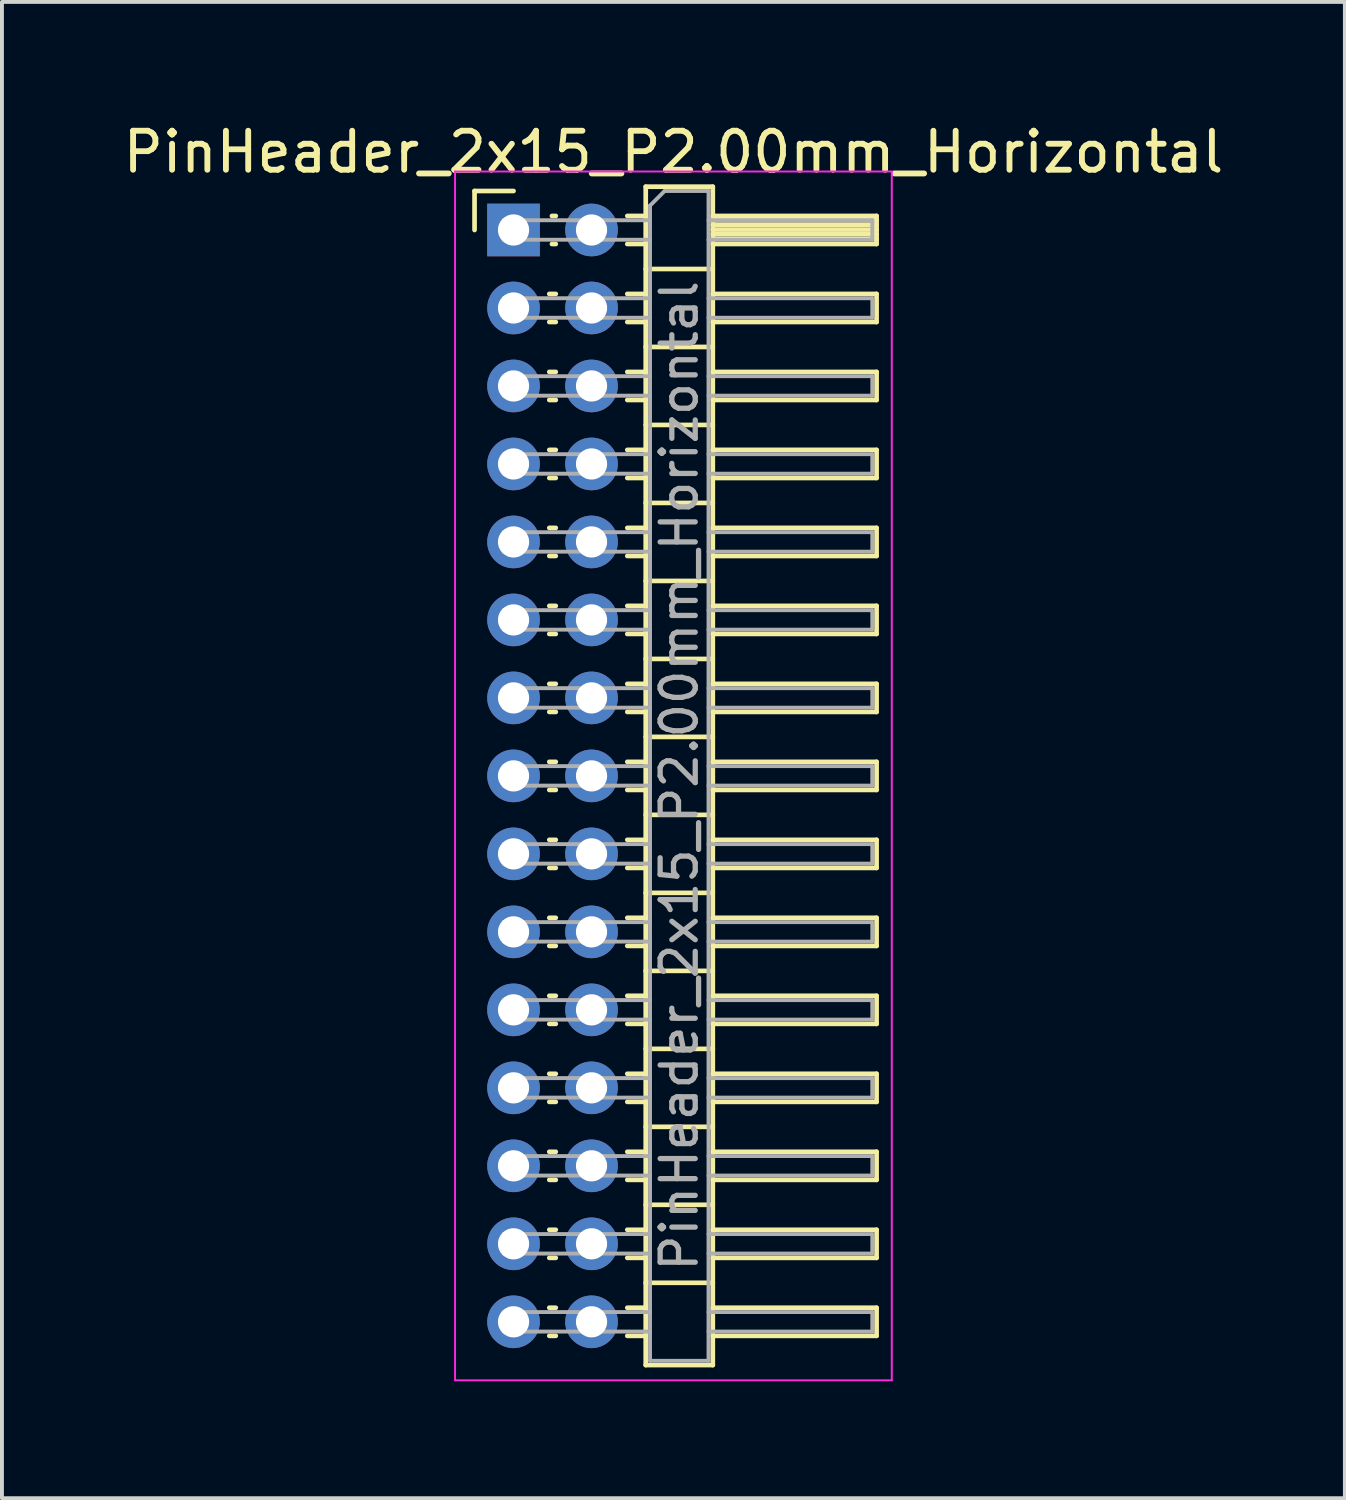
<source format=kicad_pcb>
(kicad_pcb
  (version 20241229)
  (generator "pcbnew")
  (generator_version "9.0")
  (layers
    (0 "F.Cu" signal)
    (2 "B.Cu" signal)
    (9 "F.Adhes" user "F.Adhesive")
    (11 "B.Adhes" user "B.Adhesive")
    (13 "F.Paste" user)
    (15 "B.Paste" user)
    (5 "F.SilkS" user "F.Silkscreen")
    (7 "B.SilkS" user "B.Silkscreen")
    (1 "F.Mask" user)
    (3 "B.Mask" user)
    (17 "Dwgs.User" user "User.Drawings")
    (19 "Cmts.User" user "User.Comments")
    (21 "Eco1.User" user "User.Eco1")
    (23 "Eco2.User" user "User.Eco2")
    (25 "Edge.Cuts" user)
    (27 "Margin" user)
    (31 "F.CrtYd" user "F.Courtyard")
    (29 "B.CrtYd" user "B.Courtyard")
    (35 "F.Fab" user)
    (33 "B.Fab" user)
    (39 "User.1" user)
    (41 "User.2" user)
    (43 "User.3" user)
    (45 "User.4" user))
  (footprint "PinHeader_2x15_P2.00mm_Horizontal"
    (layer "F.Cu")
    (at 10.12 2.848)
    (property "Reference" "PinHeader_2x15_P2.00mm_Horizontal" (at 4.1 -2 0) (layer "F.SilkS") (effects (font (size 1 1) (thickness 0.15))))
    (attr through_hole)
    (fp_line (start -1 -1) (end 0 -1) (stroke (width 0.12) (type solid)) (layer "F.SilkS"))
    (fp_line (start -1 0) (end -1 -1) (stroke (width 0.12) (type solid)) (layer "F.SilkS"))
    (fp_line (start 0.917 1.64) (end 1.083 1.64) (stroke (width 0.12) (type solid)) (layer "F.SilkS"))
    (fp_line (start 0.917 2.36) (end 1.083 2.36) (stroke (width 0.12) (type solid)) (layer "F.SilkS"))
    (fp_line (start 0.917 3.64) (end 1.083 3.64) (stroke (width 0.12) (type solid)) (layer "F.SilkS"))
    (fp_line (start 0.917 4.36) (end 1.083 4.36) (stroke (width 0.12) (type solid)) (layer "F.SilkS"))
    (fp_line (start 0.917 5.64) (end 1.083 5.64) (stroke (width 0.12) (type solid)) (layer "F.SilkS"))
    (fp_line (start 0.917 6.36) (end 1.083 6.36) (stroke (width 0.12) (type solid)) (layer "F.SilkS"))
    (fp_line (start 0.917 7.64) (end 1.083 7.64) (stroke (width 0.12) (type solid)) (layer "F.SilkS"))
    (fp_line (start 0.917 8.36) (end 1.083 8.36) (stroke (width 0.12) (type solid)) (layer "F.SilkS"))
    (fp_line (start 0.917 9.64) (end 1.083 9.64) (stroke (width 0.12) (type solid)) (layer "F.SilkS"))
    (fp_line (start 0.917 10.36) (end 1.083 10.36) (stroke (width 0.12) (type solid)) (layer "F.SilkS"))
    (fp_line (start 0.917 11.64) (end 1.083 11.64) (stroke (width 0.12) (type solid)) (layer "F.SilkS"))
    (fp_line (start 0.917 12.36) (end 1.083 12.36) (stroke (width 0.12) (type solid)) (layer "F.SilkS"))
    (fp_line (start 0.917 13.64) (end 1.083 13.64) (stroke (width 0.12) (type solid)) (layer "F.SilkS"))
    (fp_line (start 0.917 14.36) (end 1.083 14.36) (stroke (width 0.12) (type solid)) (layer "F.SilkS"))
    (fp_line (start 0.917 15.64) (end 1.083 15.64) (stroke (width 0.12) (type solid)) (layer "F.SilkS"))
    (fp_line (start 0.917 16.36) (end 1.083 16.36) (stroke (width 0.12) (type solid)) (layer "F.SilkS"))
    (fp_line (start 0.917 17.64) (end 1.083 17.64) (stroke (width 0.12) (type solid)) (layer "F.SilkS"))
    (fp_line (start 0.917 18.36) (end 1.083 18.36) (stroke (width 0.12) (type solid)) (layer "F.SilkS"))
    (fp_line (start 0.917 19.64) (end 1.083 19.64) (stroke (width 0.12) (type solid)) (layer "F.SilkS"))
    (fp_line (start 0.917 20.36) (end 1.083 20.36) (stroke (width 0.12) (type solid)) (layer "F.SilkS"))
    (fp_line (start 0.917 21.64) (end 1.083 21.64) (stroke (width 0.12) (type solid)) (layer "F.SilkS"))
    (fp_line (start 0.917 22.36) (end 1.083 22.36) (stroke (width 0.12) (type solid)) (layer "F.SilkS"))
    (fp_line (start 0.917 23.64) (end 1.083 23.64) (stroke (width 0.12) (type solid)) (layer "F.SilkS"))
    (fp_line (start 0.917 24.36) (end 1.083 24.36) (stroke (width 0.12) (type solid)) (layer "F.SilkS"))
    (fp_line (start 0.917 25.64) (end 1.083 25.64) (stroke (width 0.12) (type solid)) (layer "F.SilkS"))
    (fp_line (start 0.917 26.36) (end 1.083 26.36) (stroke (width 0.12) (type solid)) (layer "F.SilkS"))
    (fp_line (start 0.917 27.64) (end 1.083 27.64) (stroke (width 0.12) (type solid)) (layer "F.SilkS"))
    (fp_line (start 0.917 28.36) (end 1.083 28.36) (stroke (width 0.12) (type solid)) (layer "F.SilkS"))
    (fp_line (start 0.985 -0.36) (end 1.083 -0.36) (stroke (width 0.12) (type solid)) (layer "F.SilkS"))
    (fp_line (start 0.985 0.36) (end 1.083 0.36) (stroke (width 0.12) (type solid)) (layer "F.SilkS"))
    (fp_line (start 2.917 -0.36) (end 3.39 -0.36) (stroke (width 0.12) (type solid)) (layer "F.SilkS"))
    (fp_line (start 2.917 0.36) (end 3.39 0.36) (stroke (width 0.12) (type solid)) (layer "F.SilkS"))
    (fp_line (start 2.917 1.64) (end 3.39 1.64) (stroke (width 0.12) (type solid)) (layer "F.SilkS"))
    (fp_line (start 2.917 2.36) (end 3.39 2.36) (stroke (width 0.12) (type solid)) (layer "F.SilkS"))
    (fp_line (start 2.917 3.64) (end 3.39 3.64) (stroke (width 0.12) (type solid)) (layer "F.SilkS"))
    (fp_line (start 2.917 4.36) (end 3.39 4.36) (stroke (width 0.12) (type solid)) (layer "F.SilkS"))
    (fp_line (start 2.917 5.64) (end 3.39 5.64) (stroke (width 0.12) (type solid)) (layer "F.SilkS"))
    (fp_line (start 2.917 6.36) (end 3.39 6.36) (stroke (width 0.12) (type solid)) (layer "F.SilkS"))
    (fp_line (start 2.917 7.64) (end 3.39 7.64) (stroke (width 0.12) (type solid)) (layer "F.SilkS"))
    (fp_line (start 2.917 8.36) (end 3.39 8.36) (stroke (width 0.12) (type solid)) (layer "F.SilkS"))
    (fp_line (start 2.917 9.64) (end 3.39 9.64) (stroke (width 0.12) (type solid)) (layer "F.SilkS"))
    (fp_line (start 2.917 10.36) (end 3.39 10.36) (stroke (width 0.12) (type solid)) (layer "F.SilkS"))
    (fp_line (start 2.917 11.64) (end 3.39 11.64) (stroke (width 0.12) (type solid)) (layer "F.SilkS"))
    (fp_line (start 2.917 12.36) (end 3.39 12.36) (stroke (width 0.12) (type solid)) (layer "F.SilkS"))
    (fp_line (start 2.917 13.64) (end 3.39 13.64) (stroke (width 0.12) (type solid)) (layer "F.SilkS"))
    (fp_line (start 2.917 14.36) (end 3.39 14.36) (stroke (width 0.12) (type solid)) (layer "F.SilkS"))
    (fp_line (start 2.917 15.64) (end 3.39 15.64) (stroke (width 0.12) (type solid)) (layer "F.SilkS"))
    (fp_line (start 2.917 16.36) (end 3.39 16.36) (stroke (width 0.12) (type solid)) (layer "F.SilkS"))
    (fp_line (start 2.917 17.64) (end 3.39 17.64) (stroke (width 0.12) (type solid)) (layer "F.SilkS"))
    (fp_line (start 2.917 18.36) (end 3.39 18.36) (stroke (width 0.12) (type solid)) (layer "F.SilkS"))
    (fp_line (start 2.917 19.64) (end 3.39 19.64) (stroke (width 0.12) (type solid)) (layer "F.SilkS"))
    (fp_line (start 2.917 20.36) (end 3.39 20.36) (stroke (width 0.12) (type solid)) (layer "F.SilkS"))
    (fp_line (start 2.917 21.64) (end 3.39 21.64) (stroke (width 0.12) (type solid)) (layer "F.SilkS"))
    (fp_line (start 2.917 22.36) (end 3.39 22.36) (stroke (width 0.12) (type solid)) (layer "F.SilkS"))
    (fp_line (start 2.917 23.64) (end 3.39 23.64) (stroke (width 0.12) (type solid)) (layer "F.SilkS"))
    (fp_line (start 2.917 24.36) (end 3.39 24.36) (stroke (width 0.12) (type solid)) (layer "F.SilkS"))
    (fp_line (start 2.917 25.64) (end 3.39 25.64) (stroke (width 0.12) (type solid)) (layer "F.SilkS"))
    (fp_line (start 2.917 26.36) (end 3.39 26.36) (stroke (width 0.12) (type solid)) (layer "F.SilkS"))
    (fp_line (start 2.917 27.64) (end 3.39 27.64) (stroke (width 0.12) (type solid)) (layer "F.SilkS"))
    (fp_line (start 2.917 28.36) (end 3.39 28.36) (stroke (width 0.12) (type solid)) (layer "F.SilkS"))
    (fp_line (start 3.39 -1.11) (end 3.39 29.11) (stroke (width 0.12) (type solid)) (layer "F.SilkS"))
    (fp_line (start 3.39 1) (end 5.11 1) (stroke (width 0.12) (type solid)) (layer "F.SilkS"))
    (fp_line (start 3.39 3) (end 5.11 3) (stroke (width 0.12) (type solid)) (layer "F.SilkS"))
    (fp_line (start 3.39 5) (end 5.11 5) (stroke (width 0.12) (type solid)) (layer "F.SilkS"))
    (fp_line (start 3.39 7) (end 5.11 7) (stroke (width 0.12) (type solid)) (layer "F.SilkS"))
    (fp_line (start 3.39 9) (end 5.11 9) (stroke (width 0.12) (type solid)) (layer "F.SilkS"))
    (fp_line (start 3.39 11) (end 5.11 11) (stroke (width 0.12) (type solid)) (layer "F.SilkS"))
    (fp_line (start 3.39 13) (end 5.11 13) (stroke (width 0.12) (type solid)) (layer "F.SilkS"))
    (fp_line (start 3.39 15) (end 5.11 15) (stroke (width 0.12) (type solid)) (layer "F.SilkS"))
    (fp_line (start 3.39 17) (end 5.11 17) (stroke (width 0.12) (type solid)) (layer "F.SilkS"))
    (fp_line (start 3.39 19) (end 5.11 19) (stroke (width 0.12) (type solid)) (layer "F.SilkS"))
    (fp_line (start 3.39 21) (end 5.11 21) (stroke (width 0.12) (type solid)) (layer "F.SilkS"))
    (fp_line (start 3.39 23) (end 5.11 23) (stroke (width 0.12) (type solid)) (layer "F.SilkS"))
    (fp_line (start 3.39 25) (end 5.11 25) (stroke (width 0.12) (type solid)) (layer "F.SilkS"))
    (fp_line (start 3.39 27) (end 5.11 27) (stroke (width 0.12) (type solid)) (layer "F.SilkS"))
    (fp_line (start 3.39 29.11) (end 5.11 29.11) (stroke (width 0.12) (type solid)) (layer "F.SilkS"))
    (fp_line (start 5.11 -1.11) (end 3.39 -1.11) (stroke (width 0.12) (type solid)) (layer "F.SilkS"))
    (fp_line (start 5.11 -0.36) (end 9.31 -0.36) (stroke (width 0.12) (type solid)) (layer "F.SilkS"))
    (fp_line (start 5.11 -0.25) (end 9.31 -0.25) (stroke (width 0.12) (type solid)) (layer "F.SilkS"))
    (fp_line (start 5.11 -0.13) (end 9.31 -0.13) (stroke (width 0.12) (type solid)) (layer "F.SilkS"))
    (fp_line (start 5.11 -0.01) (end 9.31 -0.01) (stroke (width 0.12) (type solid)) (layer "F.SilkS"))
    (fp_line (start 5.11 0.11) (end 9.31 0.11) (stroke (width 0.12) (type solid)) (layer "F.SilkS"))
    (fp_line (start 5.11 0.23) (end 9.31 0.23) (stroke (width 0.12) (type solid)) (layer "F.SilkS"))
    (fp_line (start 5.11 1.64) (end 9.31 1.64) (stroke (width 0.12) (type solid)) (layer "F.SilkS"))
    (fp_line (start 5.11 3.64) (end 9.31 3.64) (stroke (width 0.12) (type solid)) (layer "F.SilkS"))
    (fp_line (start 5.11 5.64) (end 9.31 5.64) (stroke (width 0.12) (type solid)) (layer "F.SilkS"))
    (fp_line (start 5.11 7.64) (end 9.31 7.64) (stroke (width 0.12) (type solid)) (layer "F.SilkS"))
    (fp_line (start 5.11 9.64) (end 9.31 9.64) (stroke (width 0.12) (type solid)) (layer "F.SilkS"))
    (fp_line (start 5.11 11.64) (end 9.31 11.64) (stroke (width 0.12) (type solid)) (layer "F.SilkS"))
    (fp_line (start 5.11 13.64) (end 9.31 13.64) (stroke (width 0.12) (type solid)) (layer "F.SilkS"))
    (fp_line (start 5.11 15.64) (end 9.31 15.64) (stroke (width 0.12) (type solid)) (layer "F.SilkS"))
    (fp_line (start 5.11 17.64) (end 9.31 17.64) (stroke (width 0.12) (type solid)) (layer "F.SilkS"))
    (fp_line (start 5.11 19.64) (end 9.31 19.64) (stroke (width 0.12) (type solid)) (layer "F.SilkS"))
    (fp_line (start 5.11 21.64) (end 9.31 21.64) (stroke (width 0.12) (type solid)) (layer "F.SilkS"))
    (fp_line (start 5.11 23.64) (end 9.31 23.64) (stroke (width 0.12) (type solid)) (layer "F.SilkS"))
    (fp_line (start 5.11 25.64) (end 9.31 25.64) (stroke (width 0.12) (type solid)) (layer "F.SilkS"))
    (fp_line (start 5.11 27.64) (end 9.31 27.64) (stroke (width 0.12) (type solid)) (layer "F.SilkS"))
    (fp_line (start 5.11 29.11) (end 5.11 -1.11) (stroke (width 0.12) (type solid)) (layer "F.SilkS"))
    (fp_line (start 9.31 -0.36) (end 9.31 0.36) (stroke (width 0.12) (type solid)) (layer "F.SilkS"))
    (fp_line (start 9.31 0.36) (end 5.11 0.36) (stroke (width 0.12) (type solid)) (layer "F.SilkS"))
    (fp_line (start 9.31 1.64) (end 9.31 2.36) (stroke (width 0.12) (type solid)) (layer "F.SilkS"))
    (fp_line (start 9.31 2.36) (end 5.11 2.36) (stroke (width 0.12) (type solid)) (layer "F.SilkS"))
    (fp_line (start 9.31 3.64) (end 9.31 4.36) (stroke (width 0.12) (type solid)) (layer "F.SilkS"))
    (fp_line (start 9.31 4.36) (end 5.11 4.36) (stroke (width 0.12) (type solid)) (layer "F.SilkS"))
    (fp_line (start 9.31 5.64) (end 9.31 6.36) (stroke (width 0.12) (type solid)) (layer "F.SilkS"))
    (fp_line (start 9.31 6.36) (end 5.11 6.36) (stroke (width 0.12) (type solid)) (layer "F.SilkS"))
    (fp_line (start 9.31 7.64) (end 9.31 8.36) (stroke (width 0.12) (type solid)) (layer "F.SilkS"))
    (fp_line (start 9.31 8.36) (end 5.11 8.36) (stroke (width 0.12) (type solid)) (layer "F.SilkS"))
    (fp_line (start 9.31 9.64) (end 9.31 10.36) (stroke (width 0.12) (type solid)) (layer "F.SilkS"))
    (fp_line (start 9.31 10.36) (end 5.11 10.36) (stroke (width 0.12) (type solid)) (layer "F.SilkS"))
    (fp_line (start 9.31 11.64) (end 9.31 12.36) (stroke (width 0.12) (type solid)) (layer "F.SilkS"))
    (fp_line (start 9.31 12.36) (end 5.11 12.36) (stroke (width 0.12) (type solid)) (layer "F.SilkS"))
    (fp_line (start 9.31 13.64) (end 9.31 14.36) (stroke (width 0.12) (type solid)) (layer "F.SilkS"))
    (fp_line (start 9.31 14.36) (end 5.11 14.36) (stroke (width 0.12) (type solid)) (layer "F.SilkS"))
    (fp_line (start 9.31 15.64) (end 9.31 16.36) (stroke (width 0.12) (type solid)) (layer "F.SilkS"))
    (fp_line (start 9.31 16.36) (end 5.11 16.36) (stroke (width 0.12) (type solid)) (layer "F.SilkS"))
    (fp_line (start 9.31 17.64) (end 9.31 18.36) (stroke (width 0.12) (type solid)) (layer "F.SilkS"))
    (fp_line (start 9.31 18.36) (end 5.11 18.36) (stroke (width 0.12) (type solid)) (layer "F.SilkS"))
    (fp_line (start 9.31 19.64) (end 9.31 20.36) (stroke (width 0.12) (type solid)) (layer "F.SilkS"))
    (fp_line (start 9.31 20.36) (end 5.11 20.36) (stroke (width 0.12) (type solid)) (layer "F.SilkS"))
    (fp_line (start 9.31 21.64) (end 9.31 22.36) (stroke (width 0.12) (type solid)) (layer "F.SilkS"))
    (fp_line (start 9.31 22.36) (end 5.11 22.36) (stroke (width 0.12) (type solid)) (layer "F.SilkS"))
    (fp_line (start 9.31 23.64) (end 9.31 24.36) (stroke (width 0.12) (type solid)) (layer "F.SilkS"))
    (fp_line (start 9.31 24.36) (end 5.11 24.36) (stroke (width 0.12) (type solid)) (layer "F.SilkS"))
    (fp_line (start 9.31 25.64) (end 9.31 26.36) (stroke (width 0.12) (type solid)) (layer "F.SilkS"))
    (fp_line (start 9.31 26.36) (end 5.11 26.36) (stroke (width 0.12) (type solid)) (layer "F.SilkS"))
    (fp_line (start 9.31 27.64) (end 9.31 28.36) (stroke (width 0.12) (type solid)) (layer "F.SilkS"))
    (fp_line (start 9.31 28.36) (end 5.11 28.36) (stroke (width 0.12) (type solid)) (layer "F.SilkS"))
    (fp_line (start -1.5 -1.5) (end -1.5 29.5) (stroke (width 0.05) (type solid)) (layer "F.CrtYd"))
    (fp_line (start -1.5 29.5) (end 9.7 29.5) (stroke (width 0.05) (type solid)) (layer "F.CrtYd"))
    (fp_line (start 9.7 -1.5) (end -1.5 -1.5) (stroke (width 0.05) (type solid)) (layer "F.CrtYd"))
    (fp_line (start 9.7 29.5) (end 9.7 -1.5) (stroke (width 0.05) (type solid)) (layer "F.CrtYd"))
    (fp_line (start -0.25 -0.25) (end -0.25 0.25) (stroke (width 0.1) (type solid)) (layer "F.Fab"))
    (fp_line (start -0.25 -0.25) (end 3.5 -0.25) (stroke (width 0.1) (type solid)) (layer "F.Fab"))
    (fp_line (start -0.25 0.25) (end 3.5 0.25) (stroke (width 0.1) (type solid)) (layer "F.Fab"))
    (fp_line (start -0.25 1.75) (end -0.25 2.25) (stroke (width 0.1) (type solid)) (layer "F.Fab"))
    (fp_line (start -0.25 1.75) (end 3.5 1.75) (stroke (width 0.1) (type solid)) (layer "F.Fab"))
    (fp_line (start -0.25 2.25) (end 3.5 2.25) (stroke (width 0.1) (type solid)) (layer "F.Fab"))
    (fp_line (start -0.25 3.75) (end -0.25 4.25) (stroke (width 0.1) (type solid)) (layer "F.Fab"))
    (fp_line (start -0.25 3.75) (end 3.5 3.75) (stroke (width 0.1) (type solid)) (layer "F.Fab"))
    (fp_line (start -0.25 4.25) (end 3.5 4.25) (stroke (width 0.1) (type solid)) (layer "F.Fab"))
    (fp_line (start -0.25 5.75) (end -0.25 6.25) (stroke (width 0.1) (type solid)) (layer "F.Fab"))
    (fp_line (start -0.25 5.75) (end 3.5 5.75) (stroke (width 0.1) (type solid)) (layer "F.Fab"))
    (fp_line (start -0.25 6.25) (end 3.5 6.25) (stroke (width 0.1) (type solid)) (layer "F.Fab"))
    (fp_line (start -0.25 7.75) (end -0.25 8.25) (stroke (width 0.1) (type solid)) (layer "F.Fab"))
    (fp_line (start -0.25 7.75) (end 3.5 7.75) (stroke (width 0.1) (type solid)) (layer "F.Fab"))
    (fp_line (start -0.25 8.25) (end 3.5 8.25) (stroke (width 0.1) (type solid)) (layer "F.Fab"))
    (fp_line (start -0.25 9.75) (end -0.25 10.25) (stroke (width 0.1) (type solid)) (layer "F.Fab"))
    (fp_line (start -0.25 9.75) (end 3.5 9.75) (stroke (width 0.1) (type solid)) (layer "F.Fab"))
    (fp_line (start -0.25 10.25) (end 3.5 10.25) (stroke (width 0.1) (type solid)) (layer "F.Fab"))
    (fp_line (start -0.25 11.75) (end -0.25 12.25) (stroke (width 0.1) (type solid)) (layer "F.Fab"))
    (fp_line (start -0.25 11.75) (end 3.5 11.75) (stroke (width 0.1) (type solid)) (layer "F.Fab"))
    (fp_line (start -0.25 12.25) (end 3.5 12.25) (stroke (width 0.1) (type solid)) (layer "F.Fab"))
    (fp_line (start -0.25 13.75) (end -0.25 14.25) (stroke (width 0.1) (type solid)) (layer "F.Fab"))
    (fp_line (start -0.25 13.75) (end 3.5 13.75) (stroke (width 0.1) (type solid)) (layer "F.Fab"))
    (fp_line (start -0.25 14.25) (end 3.5 14.25) (stroke (width 0.1) (type solid)) (layer "F.Fab"))
    (fp_line (start -0.25 15.75) (end -0.25 16.25) (stroke (width 0.1) (type solid)) (layer "F.Fab"))
    (fp_line (start -0.25 15.75) (end 3.5 15.75) (stroke (width 0.1) (type solid)) (layer "F.Fab"))
    (fp_line (start -0.25 16.25) (end 3.5 16.25) (stroke (width 0.1) (type solid)) (layer "F.Fab"))
    (fp_line (start -0.25 17.75) (end -0.25 18.25) (stroke (width 0.1) (type solid)) (layer "F.Fab"))
    (fp_line (start -0.25 17.75) (end 3.5 17.75) (stroke (width 0.1) (type solid)) (layer "F.Fab"))
    (fp_line (start -0.25 18.25) (end 3.5 18.25) (stroke (width 0.1) (type solid)) (layer "F.Fab"))
    (fp_line (start -0.25 19.75) (end -0.25 20.25) (stroke (width 0.1) (type solid)) (layer "F.Fab"))
    (fp_line (start -0.25 19.75) (end 3.5 19.75) (stroke (width 0.1) (type solid)) (layer "F.Fab"))
    (fp_line (start -0.25 20.25) (end 3.5 20.25) (stroke (width 0.1) (type solid)) (layer "F.Fab"))
    (fp_line (start -0.25 21.75) (end -0.25 22.25) (stroke (width 0.1) (type solid)) (layer "F.Fab"))
    (fp_line (start -0.25 21.75) (end 3.5 21.75) (stroke (width 0.1) (type solid)) (layer "F.Fab"))
    (fp_line (start -0.25 22.25) (end 3.5 22.25) (stroke (width 0.1) (type solid)) (layer "F.Fab"))
    (fp_line (start -0.25 23.75) (end -0.25 24.25) (stroke (width 0.1) (type solid)) (layer "F.Fab"))
    (fp_line (start -0.25 23.75) (end 3.5 23.75) (stroke (width 0.1) (type solid)) (layer "F.Fab"))
    (fp_line (start -0.25 24.25) (end 3.5 24.25) (stroke (width 0.1) (type solid)) (layer "F.Fab"))
    (fp_line (start -0.25 25.75) (end -0.25 26.25) (stroke (width 0.1) (type solid)) (layer "F.Fab"))
    (fp_line (start -0.25 25.75) (end 3.5 25.75) (stroke (width 0.1) (type solid)) (layer "F.Fab"))
    (fp_line (start -0.25 26.25) (end 3.5 26.25) (stroke (width 0.1) (type solid)) (layer "F.Fab"))
    (fp_line (start -0.25 27.75) (end -0.25 28.25) (stroke (width 0.1) (type solid)) (layer "F.Fab"))
    (fp_line (start -0.25 27.75) (end 3.5 27.75) (stroke (width 0.1) (type solid)) (layer "F.Fab"))
    (fp_line (start -0.25 28.25) (end 3.5 28.25) (stroke (width 0.1) (type solid)) (layer "F.Fab"))
    (fp_line (start 3.5 -0.625) (end 3.875 -1) (stroke (width 0.1) (type solid)) (layer "F.Fab"))
    (fp_line (start 3.5 29) (end 3.5 -0.625) (stroke (width 0.1) (type solid)) (layer "F.Fab"))
    (fp_line (start 3.875 -1) (end 5 -1) (stroke (width 0.1) (type solid)) (layer "F.Fab"))
    (fp_line (start 5 -1) (end 5 29) (stroke (width 0.1) (type solid)) (layer "F.Fab"))
    (fp_line (start 5 -0.25) (end 9.2 -0.25) (stroke (width 0.1) (type solid)) (layer "F.Fab"))
    (fp_line (start 5 0.25) (end 9.2 0.25) (stroke (width 0.1) (type solid)) (layer "F.Fab"))
    (fp_line (start 5 1.75) (end 9.2 1.75) (stroke (width 0.1) (type solid)) (layer "F.Fab"))
    (fp_line (start 5 2.25) (end 9.2 2.25) (stroke (width 0.1) (type solid)) (layer "F.Fab"))
    (fp_line (start 5 3.75) (end 9.2 3.75) (stroke (width 0.1) (type solid)) (layer "F.Fab"))
    (fp_line (start 5 4.25) (end 9.2 4.25) (stroke (width 0.1) (type solid)) (layer "F.Fab"))
    (fp_line (start 5 5.75) (end 9.2 5.75) (stroke (width 0.1) (type solid)) (layer "F.Fab"))
    (fp_line (start 5 6.25) (end 9.2 6.25) (stroke (width 0.1) (type solid)) (layer "F.Fab"))
    (fp_line (start 5 7.75) (end 9.2 7.75) (stroke (width 0.1) (type solid)) (layer "F.Fab"))
    (fp_line (start 5 8.25) (end 9.2 8.25) (stroke (width 0.1) (type solid)) (layer "F.Fab"))
    (fp_line (start 5 9.75) (end 9.2 9.75) (stroke (width 0.1) (type solid)) (layer "F.Fab"))
    (fp_line (start 5 10.25) (end 9.2 10.25) (stroke (width 0.1) (type solid)) (layer "F.Fab"))
    (fp_line (start 5 11.75) (end 9.2 11.75) (stroke (width 0.1) (type solid)) (layer "F.Fab"))
    (fp_line (start 5 12.25) (end 9.2 12.25) (stroke (width 0.1) (type solid)) (layer "F.Fab"))
    (fp_line (start 5 13.75) (end 9.2 13.75) (stroke (width 0.1) (type solid)) (layer "F.Fab"))
    (fp_line (start 5 14.25) (end 9.2 14.25) (stroke (width 0.1) (type solid)) (layer "F.Fab"))
    (fp_line (start 5 15.75) (end 9.2 15.75) (stroke (width 0.1) (type solid)) (layer "F.Fab"))
    (fp_line (start 5 16.25) (end 9.2 16.25) (stroke (width 0.1) (type solid)) (layer "F.Fab"))
    (fp_line (start 5 17.75) (end 9.2 17.75) (stroke (width 0.1) (type solid)) (layer "F.Fab"))
    (fp_line (start 5 18.25) (end 9.2 18.25) (stroke (width 0.1) (type solid)) (layer "F.Fab"))
    (fp_line (start 5 19.75) (end 9.2 19.75) (stroke (width 0.1) (type solid)) (layer "F.Fab"))
    (fp_line (start 5 20.25) (end 9.2 20.25) (stroke (width 0.1) (type solid)) (layer "F.Fab"))
    (fp_line (start 5 21.75) (end 9.2 21.75) (stroke (width 0.1) (type solid)) (layer "F.Fab"))
    (fp_line (start 5 22.25) (end 9.2 22.25) (stroke (width 0.1) (type solid)) (layer "F.Fab"))
    (fp_line (start 5 23.75) (end 9.2 23.75) (stroke (width 0.1) (type solid)) (layer "F.Fab"))
    (fp_line (start 5 24.25) (end 9.2 24.25) (stroke (width 0.1) (type solid)) (layer "F.Fab"))
    (fp_line (start 5 25.75) (end 9.2 25.75) (stroke (width 0.1) (type solid)) (layer "F.Fab"))
    (fp_line (start 5 26.25) (end 9.2 26.25) (stroke (width 0.1) (type solid)) (layer "F.Fab"))
    (fp_line (start 5 27.75) (end 9.2 27.75) (stroke (width 0.1) (type solid)) (layer "F.Fab"))
    (fp_line (start 5 28.25) (end 9.2 28.25) (stroke (width 0.1) (type solid)) (layer "F.Fab"))
    (fp_line (start 5 29) (end 3.5 29) (stroke (width 0.1) (type solid)) (layer "F.Fab"))
    (fp_line (start 9.2 -0.25) (end 9.2 0.25) (stroke (width 0.1) (type solid)) (layer "F.Fab"))
    (fp_line (start 9.2 1.75) (end 9.2 2.25) (stroke (width 0.1) (type solid)) (layer "F.Fab"))
    (fp_line (start 9.2 3.75) (end 9.2 4.25) (stroke (width 0.1) (type solid)) (layer "F.Fab"))
    (fp_line (start 9.2 5.75) (end 9.2 6.25) (stroke (width 0.1) (type solid)) (layer "F.Fab"))
    (fp_line (start 9.2 7.75) (end 9.2 8.25) (stroke (width 0.1) (type solid)) (layer "F.Fab"))
    (fp_line (start 9.2 9.75) (end 9.2 10.25) (stroke (width 0.1) (type solid)) (layer "F.Fab"))
    (fp_line (start 9.2 11.75) (end 9.2 12.25) (stroke (width 0.1) (type solid)) (layer "F.Fab"))
    (fp_line (start 9.2 13.75) (end 9.2 14.25) (stroke (width 0.1) (type solid)) (layer "F.Fab"))
    (fp_line (start 9.2 15.75) (end 9.2 16.25) (stroke (width 0.1) (type solid)) (layer "F.Fab"))
    (fp_line (start 9.2 17.75) (end 9.2 18.25) (stroke (width 0.1) (type solid)) (layer "F.Fab"))
    (fp_line (start 9.2 19.75) (end 9.2 20.25) (stroke (width 0.1) (type solid)) (layer "F.Fab"))
    (fp_line (start 9.2 21.75) (end 9.2 22.25) (stroke (width 0.1) (type solid)) (layer "F.Fab"))
    (fp_line (start 9.2 23.75) (end 9.2 24.25) (stroke (width 0.1) (type solid)) (layer "F.Fab"))
    (fp_line (start 9.2 25.75) (end 9.2 26.25) (stroke (width 0.1) (type solid)) (layer "F.Fab"))
    (fp_line (start 9.2 27.75) (end 9.2 28.25) (stroke (width 0.1) (type solid)) (layer "F.Fab"))
    (fp_text user "${REFERENCE}" (at 4.25 14 90) (layer "F.Fab") (effects (font (size 0.9 0.9) (thickness 0.135))))
    (pad "1" thru_hole rect (at 0 0) (size 1.35 1.35) (drill 0.8) (layers "*.Cu" "*.Mask"))
    (pad "2" thru_hole circle (at 2 0) (size 1.35 1.35) (drill 0.8) (layers "*.Cu" "*.Mask"))
    (pad "3" thru_hole circle (at 0 2) (size 1.35 1.35) (drill 0.8) (layers "*.Cu" "*.Mask"))
    (pad "4" thru_hole circle (at 2 2) (size 1.35 1.35) (drill 0.8) (layers "*.Cu" "*.Mask"))
    (pad "5" thru_hole circle (at 0 4) (size 1.35 1.35) (drill 0.8) (layers "*.Cu" "*.Mask"))
    (pad "6" thru_hole circle (at 2 4) (size 1.35 1.35) (drill 0.8) (layers "*.Cu" "*.Mask"))
    (pad "7" thru_hole circle (at 0 6) (size 1.35 1.35) (drill 0.8) (layers "*.Cu" "*.Mask"))
    (pad "8" thru_hole circle (at 2 6) (size 1.35 1.35) (drill 0.8) (layers "*.Cu" "*.Mask"))
    (pad "9" thru_hole circle (at 0 8) (size 1.35 1.35) (drill 0.8) (layers "*.Cu" "*.Mask"))
    (pad "10" thru_hole circle (at 2 8) (size 1.35 1.35) (drill 0.8) (layers "*.Cu" "*.Mask"))
    (pad "11" thru_hole circle (at 0 10) (size 1.35 1.35) (drill 0.8) (layers "*.Cu" "*.Mask"))
    (pad "12" thru_hole circle (at 2 10) (size 1.35 1.35) (drill 0.8) (layers "*.Cu" "*.Mask"))
    (pad "13" thru_hole circle (at 0 12) (size 1.35 1.35) (drill 0.8) (layers "*.Cu" "*.Mask"))
    (pad "14" thru_hole circle (at 2 12) (size 1.35 1.35) (drill 0.8) (layers "*.Cu" "*.Mask"))
    (pad "15" thru_hole circle (at 0 14) (size 1.35 1.35) (drill 0.8) (layers "*.Cu" "*.Mask"))
    (pad "16" thru_hole circle (at 2 14) (size 1.35 1.35) (drill 0.8) (layers "*.Cu" "*.Mask"))
    (pad "17" thru_hole circle (at 0 16) (size 1.35 1.35) (drill 0.8) (layers "*.Cu" "*.Mask"))
    (pad "18" thru_hole circle (at 2 16) (size 1.35 1.35) (drill 0.8) (layers "*.Cu" "*.Mask"))
    (pad "19" thru_hole circle (at 0 18) (size 1.35 1.35) (drill 0.8) (layers "*.Cu" "*.Mask"))
    (pad "20" thru_hole circle (at 2 18) (size 1.35 1.35) (drill 0.8) (layers "*.Cu" "*.Mask"))
    (pad "21" thru_hole circle (at 0 20) (size 1.35 1.35) (drill 0.8) (layers "*.Cu" "*.Mask"))
    (pad "22" thru_hole circle (at 2 20) (size 1.35 1.35) (drill 0.8) (layers "*.Cu" "*.Mask"))
    (pad "23" thru_hole circle (at 0 22) (size 1.35 1.35) (drill 0.8) (layers "*.Cu" "*.Mask"))
    (pad "24" thru_hole circle (at 2 22) (size 1.35 1.35) (drill 0.8) (layers "*.Cu" "*.Mask"))
    (pad "25" thru_hole circle (at 0 24) (size 1.35 1.35) (drill 0.8) (layers "*.Cu" "*.Mask"))
    (pad "26" thru_hole circle (at 2 24) (size 1.35 1.35) (drill 0.8) (layers "*.Cu" "*.Mask"))
    (pad "27" thru_hole circle (at 0 26) (size 1.35 1.35) (drill 0.8) (layers "*.Cu" "*.Mask"))
    (pad "28" thru_hole circle (at 2 26) (size 1.35 1.35) (drill 0.8) (layers "*.Cu" "*.Mask"))
    (pad "29" thru_hole circle (at 0 28) (size 1.35 1.35) (drill 0.8) (layers "*.Cu" "*.Mask"))
    (pad "30" thru_hole circle (at 2 28) (size 1.35 1.35) (drill 0.8) (layers "*.Cu" "*.Mask")))
  (gr_rect
    (start -3 -3)
    (end 31.44 35.373)
    (stroke (width 0.1) (type default))
    (fill no)
    (layer "Edge.Cuts")))
</source>
